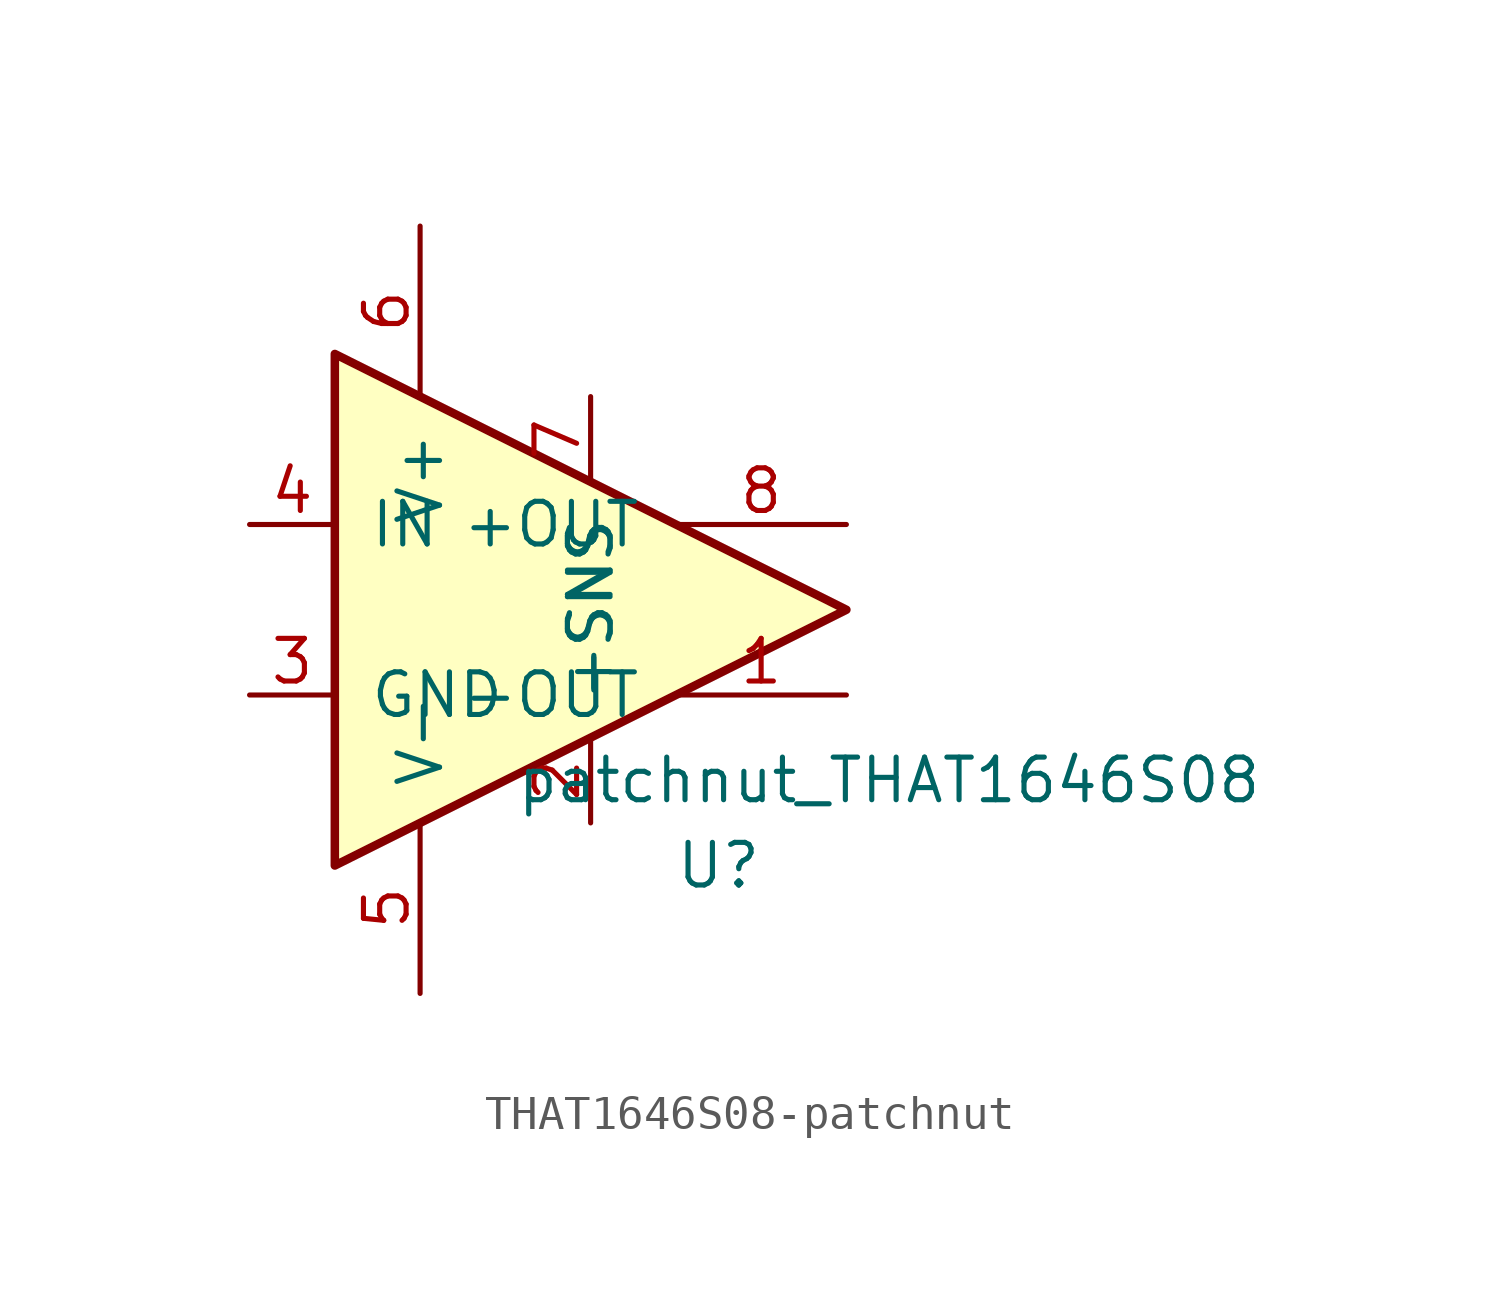
<source format=kicad_sym>
(kicad_symbol_lib
  (version 20220914)
  (generator kicad_symbol_editor)
  (symbol "THAT1646S08-patchnut"
    (pin_names
      (offset 1.016))
    (property "Reference" "U"
      (at 3.81 -7.62 0)
      (effects (font (size 1.27 1.27))))
    (property "Value" "patchnut_THAT1646S08"
      (at 8.89 -5.08 0)
      (effects (font (size 1.27 1.27))))
    (symbol "THAT1646S08-patchnut_1_1"
      (polyline (pts (xy -7.62 7.62) (xy -7.62 -7.62) (xy 7.62 0) (xy -7.62 7.62)) (stroke (width 0.254) (type solid)) (fill (type background)))
      (pin output line (at 7.62 -2.54 180) (length 5.08) (name "-OUT" (effects (font (size 1.27 1.27)))) (number "1" (effects (font (size 1.27 1.27)))))
      (pin passive line (at 0 -6.35 90) (length 2.54) (name "-SNS" (effects (font (size 1.27 1.27)))) (number "2" (effects (font (size 1.27 1.27)))))
      (pin input line (at -10.16 -2.54 0) (length 2.54) (name "GND" (effects (font (size 1.27 1.27)))) (number "3" (effects (font (size 1.27 1.27)))))
      (pin input line (at -10.16 2.54 0) (length 2.54) (name "IN" (effects (font (size 1.27 1.27)))) (number "4" (effects (font (size 1.27 1.27)))))
      (pin power_in line (at -5.08 -11.43 90) (length 5.08) (name "V-" (effects (font (size 1.27 1.27)))) (number "5" (effects (font (size 1.27 1.27)))))
      (pin power_in line (at -5.08 11.43 270) (length 5.08) (name "V+" (effects (font (size 1.27 1.27)))) (number "6" (effects (font (size 1.27 1.27)))))
      (pin passive line (at 0 6.35 270) (length 2.54) (name "+SNS" (effects (font (size 1.27 1.27)))) (number "7" (effects (font (size 1.27 1.27)))))
      (pin output line (at 7.62 2.54 180) (length 5.08) (name "+OUT" (effects (font (size 1.27 1.27)))) (number "8" (effects (font (size 1.27 1.27))))))))
</source>
